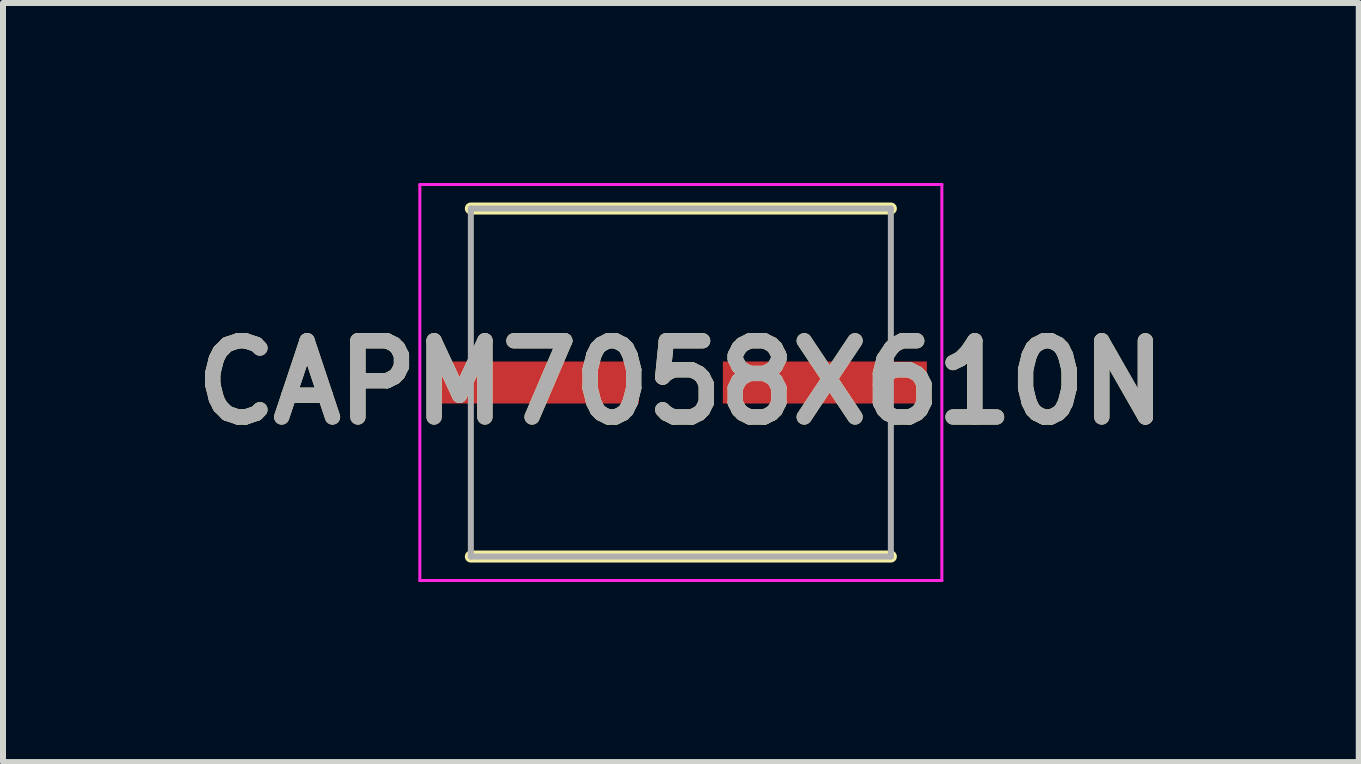
<source format=kicad_pcb>
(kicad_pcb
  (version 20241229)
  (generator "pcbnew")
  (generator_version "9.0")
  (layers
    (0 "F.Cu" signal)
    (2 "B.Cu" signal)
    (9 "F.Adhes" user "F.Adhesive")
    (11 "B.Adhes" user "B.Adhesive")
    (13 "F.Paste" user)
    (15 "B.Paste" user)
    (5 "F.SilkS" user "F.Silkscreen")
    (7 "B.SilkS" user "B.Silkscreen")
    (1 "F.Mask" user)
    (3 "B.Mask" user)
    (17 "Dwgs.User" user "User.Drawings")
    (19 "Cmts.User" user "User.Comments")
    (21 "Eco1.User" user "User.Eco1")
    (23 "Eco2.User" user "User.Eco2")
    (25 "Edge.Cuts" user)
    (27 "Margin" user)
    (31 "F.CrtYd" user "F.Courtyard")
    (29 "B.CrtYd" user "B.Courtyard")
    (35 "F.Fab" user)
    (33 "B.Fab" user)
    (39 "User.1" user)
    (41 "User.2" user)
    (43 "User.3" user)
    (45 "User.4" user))
  (footprint "CAPM7058X610N"
    (layer "F.Cu")
    (at 8.297 3.325)
    (property "Reference" "CAPM7058X610N" (at 0 0 0) (layer "F.SilkS") (effects (font (size 1.27 1.27) (thickness 0.254))))
    (attr smd)
    (fp_line (start -3.5 2.9) (end 3.5 2.9) (stroke (width 0.2) (type solid)) (layer "F.SilkS"))
    (fp_line (start 3.5 -2.9) (end -3.5 -2.9) (stroke (width 0.2) (type solid)) (layer "F.SilkS"))
    (fp_line (start -4.35 -3.3) (end 4.35 -3.3) (stroke (width 0.05) (type solid)) (layer "F.CrtYd"))
    (fp_line (start -4.35 3.3) (end -4.35 -3.3) (stroke (width 0.05) (type solid)) (layer "F.CrtYd"))
    (fp_line (start 4.35 -3.3) (end 4.35 3.3) (stroke (width 0.05) (type solid)) (layer "F.CrtYd"))
    (fp_line (start 4.35 3.3) (end -4.35 3.3) (stroke (width 0.05) (type solid)) (layer "F.CrtYd"))
    (fp_line (start -3.5 -2.9) (end 3.5 -2.9) (stroke (width 0.1) (type solid)) (layer "F.Fab"))
    (fp_line (start -3.5 2.9) (end -3.5 -2.9) (stroke (width 0.1) (type solid)) (layer "F.Fab"))
    (fp_line (start 3.5 -2.9) (end 3.5 2.9) (stroke (width 0.1) (type solid)) (layer "F.Fab"))
    (fp_line (start 3.5 2.9) (end -3.5 2.9) (stroke (width 0.1) (type solid)) (layer "F.Fab"))
    (fp_text user "${REFERENCE}" (at 0 0 0) (layer "F.Fab") (effects (font (size 1.27 1.27) (thickness 0.254))))
    (pad "1" smd rect (at -2.4 0 90) (size 0.7 3.4) (layers "F.Cu" "F.Mask" "F.Paste"))
    (pad "2" smd rect (at 2.4 0 90) (size 0.7 3.4) (layers "F.Cu" "F.Mask" "F.Paste")))
  (gr_rect
    (start -3 -3)
    (end 19.595 9.65)
    (stroke (width 0.1) (type default))
    (fill no)
    (layer "Edge.Cuts")))
</source>
